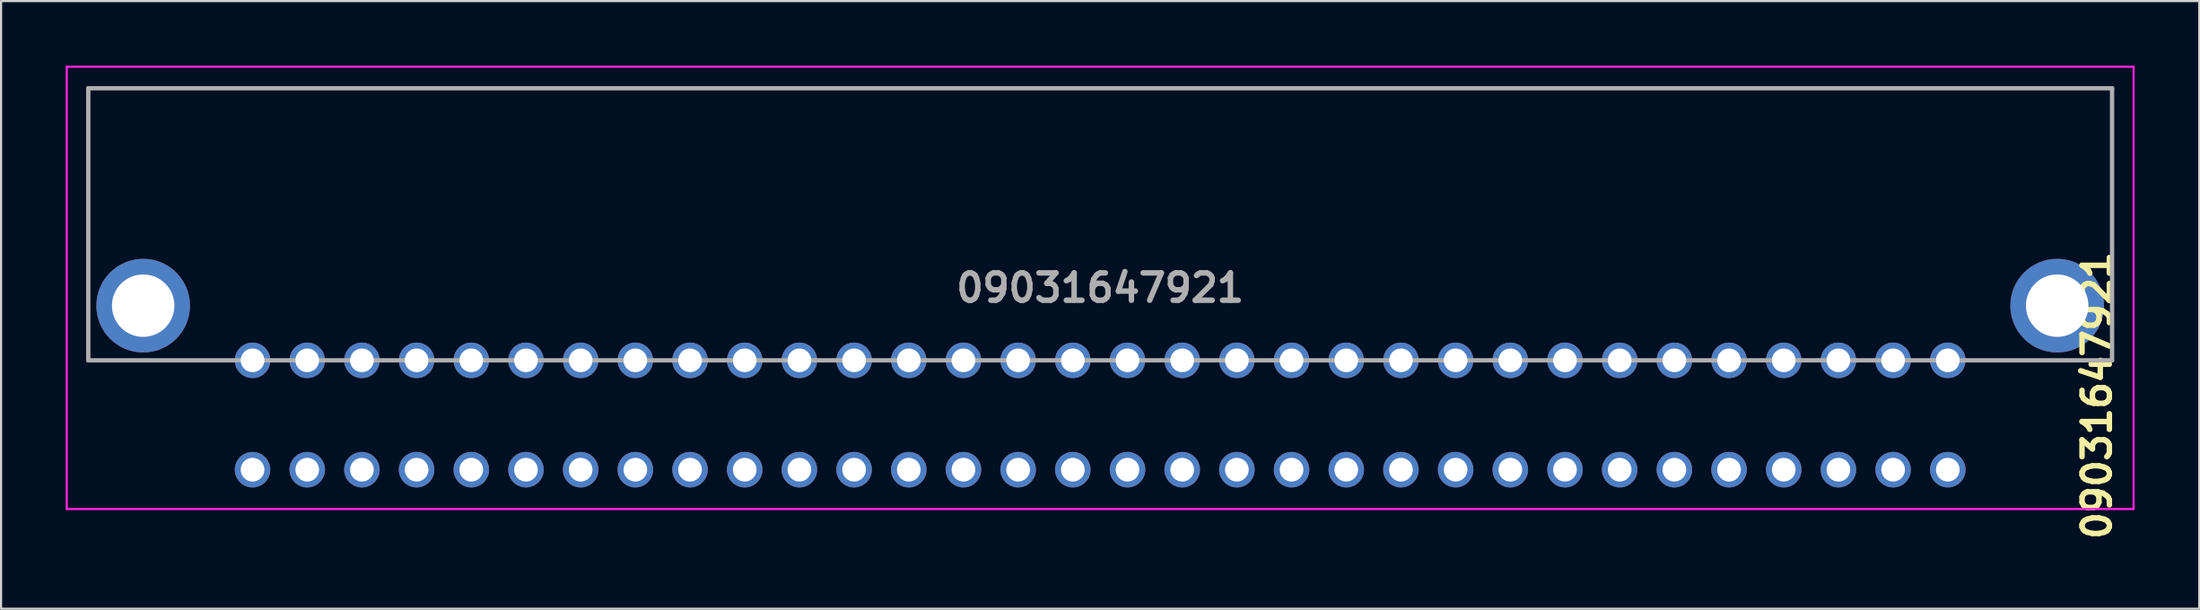
<source format=kicad_pcb>
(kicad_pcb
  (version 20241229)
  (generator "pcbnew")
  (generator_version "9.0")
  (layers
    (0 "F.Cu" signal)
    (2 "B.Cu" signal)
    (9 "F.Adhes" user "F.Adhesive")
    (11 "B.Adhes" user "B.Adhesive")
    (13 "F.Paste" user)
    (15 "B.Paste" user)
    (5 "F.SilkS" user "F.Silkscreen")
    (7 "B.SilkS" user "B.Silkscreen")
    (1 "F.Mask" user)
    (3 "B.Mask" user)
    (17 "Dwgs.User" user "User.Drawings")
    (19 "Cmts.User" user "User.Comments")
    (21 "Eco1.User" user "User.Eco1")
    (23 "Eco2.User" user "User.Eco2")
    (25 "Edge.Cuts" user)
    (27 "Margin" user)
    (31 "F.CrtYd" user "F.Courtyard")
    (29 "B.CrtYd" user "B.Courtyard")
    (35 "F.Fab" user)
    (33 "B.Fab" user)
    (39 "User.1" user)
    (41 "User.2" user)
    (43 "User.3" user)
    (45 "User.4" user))
  (footprint "09031647921"
    (layer "F.Cu")
    (at 48.05 10.323)
    (property "Reference" "09031647921" (at 46.3 5 90) (layer "F.SilkS") (effects (font (size 1.27 1.27) (thickness 0.254))))
    (attr through_hole)
    (fp_line (start -47 -9.273) (end 47 -9.273) (stroke (width 0.1) (type solid)) (layer "F.SilkS"))
    (fp_line (start -47 3.367) (end -47 -9.273) (stroke (width 0.1) (type solid)) (layer "F.SilkS"))
    (fp_line (start -40.64 3.367) (end -47 3.367) (stroke (width 0.1) (type solid)) (layer "F.SilkS"))
    (fp_line (start 47 -9.273) (end 47 3.367) (stroke (width 0.1) (type solid)) (layer "F.SilkS"))
    (fp_line (start 47 3.367) (end 40.64 3.367) (stroke (width 0.1) (type solid)) (layer "F.SilkS"))
    (fp_line (start -48 -10.273) (end 48 -10.273) (stroke (width 0.1) (type solid)) (layer "F.CrtYd"))
    (fp_line (start -48 10.273) (end -48 -10.273) (stroke (width 0.1) (type solid)) (layer "F.CrtYd"))
    (fp_line (start 48 -10.273) (end 48 10.273) (stroke (width 0.1) (type solid)) (layer "F.CrtYd"))
    (fp_line (start 48 10.273) (end -48 10.273) (stroke (width 0.1) (type solid)) (layer "F.CrtYd"))
    (fp_line (start -47 -9.273) (end 47 -9.273) (stroke (width 0.2) (type solid)) (layer "F.Fab"))
    (fp_line (start -47 3.367) (end -47 -9.273) (stroke (width 0.2) (type solid)) (layer "F.Fab"))
    (fp_line (start 47 -9.273) (end 47 3.367) (stroke (width 0.2) (type solid)) (layer "F.Fab"))
    (fp_line (start 47 3.367) (end -47 3.367) (stroke (width 0.2) (type solid)) (layer "F.Fab"))
    (fp_text user "${REFERENCE}" (at 0 0 0) (layer "F.Fab") (effects (font (size 1.27 1.27) (thickness 0.254))))
    (pad "A1" thru_hole circle (at -39.37 3.367) (size 1.65 1.65) (drill 1.1) (layers "*.Cu" "*.Mask"))
    (pad "A2" thru_hole circle (at -36.83 3.367) (size 1.65 1.65) (drill 1.1) (layers "*.Cu" "*.Mask"))
    (pad "A3" thru_hole circle (at -34.29 3.367) (size 1.65 1.65) (drill 1.1) (layers "*.Cu" "*.Mask"))
    (pad "A4" thru_hole circle (at -31.75 3.367) (size 1.65 1.65) (drill 1.1) (layers "*.Cu" "*.Mask"))
    (pad "A5" thru_hole circle (at -29.21 3.367) (size 1.65 1.65) (drill 1.1) (layers "*.Cu" "*.Mask"))
    (pad "A6" thru_hole circle (at -26.67 3.367) (size 1.65 1.65) (drill 1.1) (layers "*.Cu" "*.Mask"))
    (pad "A7" thru_hole circle (at -24.13 3.367) (size 1.65 1.65) (drill 1.1) (layers "*.Cu" "*.Mask"))
    (pad "A8" thru_hole circle (at -21.59 3.367) (size 1.65 1.65) (drill 1.1) (layers "*.Cu" "*.Mask"))
    (pad "A9" thru_hole circle (at -19.05 3.367) (size 1.65 1.65) (drill 1.1) (layers "*.Cu" "*.Mask"))
    (pad "A10" thru_hole circle (at -16.51 3.367) (size 1.65 1.65) (drill 1.1) (layers "*.Cu" "*.Mask"))
    (pad "A11" thru_hole circle (at -13.97 3.367) (size 1.65 1.65) (drill 1.1) (layers "*.Cu" "*.Mask"))
    (pad "A12" thru_hole circle (at -11.43 3.367) (size 1.65 1.65) (drill 1.1) (layers "*.Cu" "*.Mask"))
    (pad "A13" thru_hole circle (at -8.89 3.367) (size 1.65 1.65) (drill 1.1) (layers "*.Cu" "*.Mask"))
    (pad "A14" thru_hole circle (at -6.35 3.367) (size 1.65 1.65) (drill 1.1) (layers "*.Cu" "*.Mask"))
    (pad "A15" thru_hole circle (at -3.81 3.367) (size 1.65 1.65) (drill 1.1) (layers "*.Cu" "*.Mask"))
    (pad "A16" thru_hole circle (at -1.27 3.367) (size 1.65 1.65) (drill 1.1) (layers "*.Cu" "*.Mask"))
    (pad "A17" thru_hole circle (at 1.27 3.367) (size 1.65 1.65) (drill 1.1) (layers "*.Cu" "*.Mask"))
    (pad "A18" thru_hole circle (at 3.81 3.367) (size 1.65 1.65) (drill 1.1) (layers "*.Cu" "*.Mask"))
    (pad "A19" thru_hole circle (at 6.35 3.367) (size 1.65 1.65) (drill 1.1) (layers "*.Cu" "*.Mask"))
    (pad "A20" thru_hole circle (at 8.89 3.367) (size 1.65 1.65) (drill 1.1) (layers "*.Cu" "*.Mask"))
    (pad "A21" thru_hole circle (at 11.43 3.367) (size 1.65 1.65) (drill 1.1) (layers "*.Cu" "*.Mask"))
    (pad "A22" thru_hole circle (at 13.97 3.367) (size 1.65 1.65) (drill 1.1) (layers "*.Cu" "*.Mask"))
    (pad "A23" thru_hole circle (at 16.51 3.367) (size 1.65 1.65) (drill 1.1) (layers "*.Cu" "*.Mask"))
    (pad "A24" thru_hole circle (at 19.05 3.367) (size 1.65 1.65) (drill 1.1) (layers "*.Cu" "*.Mask"))
    (pad "A25" thru_hole circle (at 21.59 3.367) (size 1.65 1.65) (drill 1.1) (layers "*.Cu" "*.Mask"))
    (pad "A26" thru_hole circle (at 24.13 3.367) (size 1.65 1.65) (drill 1.1) (layers "*.Cu" "*.Mask"))
    (pad "A27" thru_hole circle (at 26.67 3.367) (size 1.65 1.65) (drill 1.1) (layers "*.Cu" "*.Mask"))
    (pad "A28" thru_hole circle (at 29.21 3.367) (size 1.65 1.65) (drill 1.1) (layers "*.Cu" "*.Mask"))
    (pad "A29" thru_hole circle (at 31.75 3.367) (size 1.65 1.65) (drill 1.1) (layers "*.Cu" "*.Mask"))
    (pad "A30" thru_hole circle (at 34.29 3.367) (size 1.65 1.65) (drill 1.1) (layers "*.Cu" "*.Mask"))
    (pad "A31" thru_hole circle (at 36.83 3.367) (size 1.65 1.65) (drill 1.1) (layers "*.Cu" "*.Mask"))
    (pad "A32" thru_hole circle (at 39.37 3.367) (size 1.65 1.65) (drill 1.1) (layers "*.Cu" "*.Mask"))
    (pad "B1" thru_hole circle (at -39.37 8.447) (size 1.65 1.65) (drill 1.1) (layers "*.Cu" "*.Mask"))
    (pad "B2" thru_hole circle (at -36.83 8.447) (size 1.65 1.65) (drill 1.1) (layers "*.Cu" "*.Mask"))
    (pad "B3" thru_hole circle (at -34.29 8.447) (size 1.65 1.65) (drill 1.1) (layers "*.Cu" "*.Mask"))
    (pad "B4" thru_hole circle (at -31.75 8.447) (size 1.65 1.65) (drill 1.1) (layers "*.Cu" "*.Mask"))
    (pad "B5" thru_hole circle (at -29.21 8.447) (size 1.65 1.65) (drill 1.1) (layers "*.Cu" "*.Mask"))
    (pad "B6" thru_hole circle (at -26.67 8.447) (size 1.65 1.65) (drill 1.1) (layers "*.Cu" "*.Mask"))
    (pad "B7" thru_hole circle (at -24.13 8.447) (size 1.65 1.65) (drill 1.1) (layers "*.Cu" "*.Mask"))
    (pad "B8" thru_hole circle (at -21.59 8.447) (size 1.65 1.65) (drill 1.1) (layers "*.Cu" "*.Mask"))
    (pad "B9" thru_hole circle (at -19.05 8.447) (size 1.65 1.65) (drill 1.1) (layers "*.Cu" "*.Mask"))
    (pad "B10" thru_hole circle (at -16.51 8.447) (size 1.65 1.65) (drill 1.1) (layers "*.Cu" "*.Mask"))
    (pad "B11" thru_hole circle (at -13.97 8.447) (size 1.65 1.65) (drill 1.1) (layers "*.Cu" "*.Mask"))
    (pad "B12" thru_hole circle (at -11.43 8.447) (size 1.65 1.65) (drill 1.1) (layers "*.Cu" "*.Mask"))
    (pad "B13" thru_hole circle (at -8.89 8.447) (size 1.65 1.65) (drill 1.1) (layers "*.Cu" "*.Mask"))
    (pad "B14" thru_hole circle (at -6.35 8.447) (size 1.65 1.65) (drill 1.1) (layers "*.Cu" "*.Mask"))
    (pad "B15" thru_hole circle (at -3.81 8.447) (size 1.65 1.65) (drill 1.1) (layers "*.Cu" "*.Mask"))
    (pad "B16" thru_hole circle (at -1.27 8.447) (size 1.65 1.65) (drill 1.1) (layers "*.Cu" "*.Mask"))
    (pad "B17" thru_hole circle (at 1.27 8.447) (size 1.65 1.65) (drill 1.1) (layers "*.Cu" "*.Mask"))
    (pad "B18" thru_hole circle (at 3.81 8.447) (size 1.65 1.65) (drill 1.1) (layers "*.Cu" "*.Mask"))
    (pad "B19" thru_hole circle (at 6.35 8.447) (size 1.65 1.65) (drill 1.1) (layers "*.Cu" "*.Mask"))
    (pad "B20" thru_hole circle (at 8.89 8.447) (size 1.65 1.65) (drill 1.1) (layers "*.Cu" "*.Mask"))
    (pad "B21" thru_hole circle (at 11.43 8.447) (size 1.65 1.65) (drill 1.1) (layers "*.Cu" "*.Mask"))
    (pad "B22" thru_hole circle (at 13.97 8.447) (size 1.65 1.65) (drill 1.1) (layers "*.Cu" "*.Mask"))
    (pad "B23" thru_hole circle (at 16.51 8.447) (size 1.65 1.65) (drill 1.1) (layers "*.Cu" "*.Mask"))
    (pad "B24" thru_hole circle (at 19.05 8.447) (size 1.65 1.65) (drill 1.1) (layers "*.Cu" "*.Mask"))
    (pad "B25" thru_hole circle (at 21.59 8.447) (size 1.65 1.65) (drill 1.1) (layers "*.Cu" "*.Mask"))
    (pad "B26" thru_hole circle (at 24.13 8.447) (size 1.65 1.65) (drill 1.1) (layers "*.Cu" "*.Mask"))
    (pad "B27" thru_hole circle (at 26.67 8.447) (size 1.65 1.65) (drill 1.1) (layers "*.Cu" "*.Mask"))
    (pad "B28" thru_hole circle (at 29.21 8.447) (size 1.65 1.65) (drill 1.1) (layers "*.Cu" "*.Mask"))
    (pad "B29" thru_hole circle (at 31.75 8.447) (size 1.65 1.65) (drill 1.1) (layers "*.Cu" "*.Mask"))
    (pad "B30" thru_hole circle (at 34.29 8.447) (size 1.65 1.65) (drill 1.1) (layers "*.Cu" "*.Mask"))
    (pad "B31" thru_hole circle (at 36.83 8.447) (size 1.65 1.65) (drill 1.1) (layers "*.Cu" "*.Mask"))
    (pad "B32" thru_hole circle (at 39.37 8.447) (size 1.65 1.65) (drill 1.1) (layers "*.Cu" "*.Mask"))
    (pad "M1" thru_hole circle (at -44.45 0.827) (size 4.35 4.35) (drill 2.9) (layers "*.Cu" "*.Mask"))
    (pad "M2" thru_hole circle (at 44.45 0.827) (size 4.35 4.35) (drill 2.9) (layers "*.Cu" "*.Mask")))
  (gr_rect
    (start -3 -3)
    (end 99.1 25.229)
    (stroke (width 0.1) (type default))
    (fill no)
    (layer "Edge.Cuts")))
</source>
